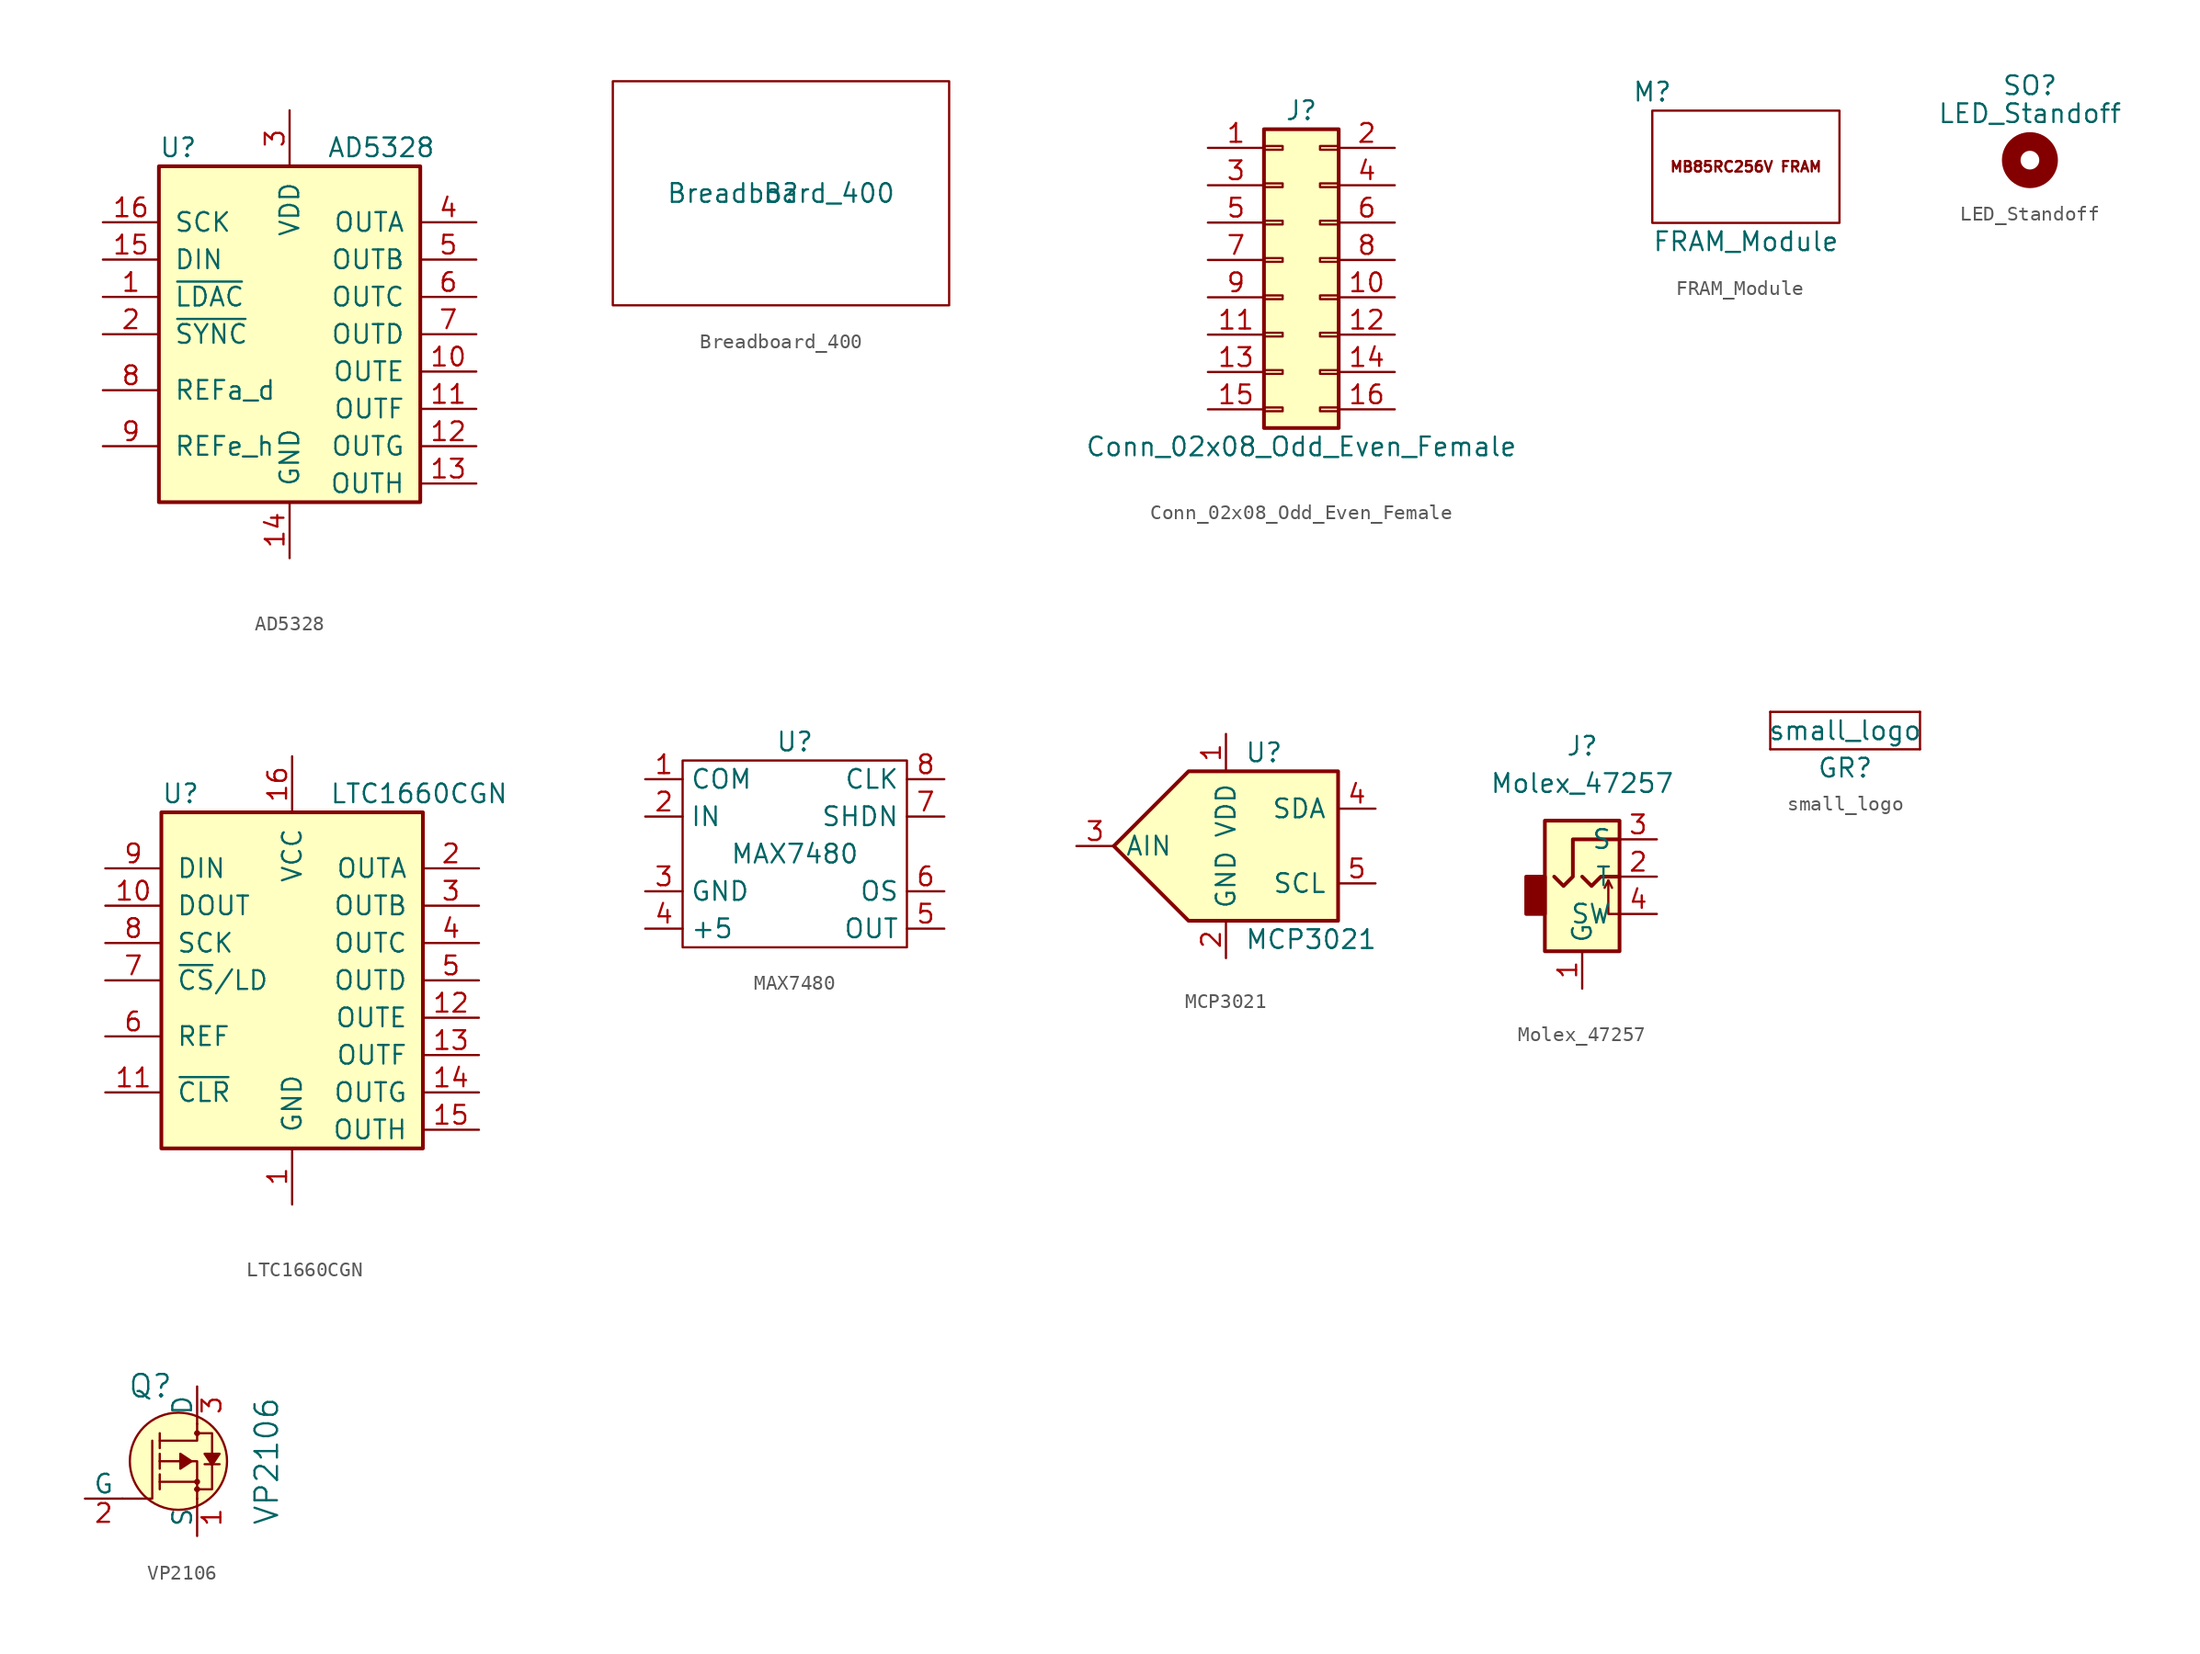
<source format=kicad_sym>
(kicad_symbol_lib
  (version 20211014)
  (generator kicad_symbol_editor)
  (symbol "AD5328"
    (pin_names
      (offset 1.016))
    (property "Reference" "U"
      (at -8.89 12.7 0)
      (effects (font (size 1.27 1.27)) (justify left)))
    (property "Value" "AD5328"
      (at 2.54 12.7 0)
      (effects (font (size 1.27 1.27)) (justify left)))
    (symbol "AD5328_0_1"
      (rectangle (start -8.89 11.43) (end 8.89 -11.43) (stroke (width 0.254) (type default) (color 0 0 0 0)) (fill (type background))))
    (symbol "AD5328_1_1"
      (pin input line (at -12.7 2.54 0) (length 3.81) (name "~{LDAC}" (effects (font (size 1.27 1.27)))) (number "1" (effects (font (size 1.27 1.27)))))
      (pin output line (at 12.7 -2.54 180) (length 3.81) (name "OUTE" (effects (font (size 1.27 1.27)))) (number "10" (effects (font (size 1.27 1.27)))))
      (pin output line (at 12.7 -5.08 180) (length 3.81) (name "OUTF" (effects (font (size 1.27 1.27)))) (number "11" (effects (font (size 1.27 1.27)))))
      (pin output line (at 12.7 -7.62 180) (length 3.81) (name "OUTG" (effects (font (size 1.27 1.27)))) (number "12" (effects (font (size 1.27 1.27)))))
      (pin output line (at 12.7 -10.16 180) (length 3.81) (name "OUTH" (effects (font (size 1.27 1.27)))) (number "13" (effects (font (size 1.27 1.27)))))
      (pin power_in line (at 0 -15.24 90) (length 3.81) (name "GND" (effects (font (size 1.27 1.27)))) (number "14" (effects (font (size 1.27 1.27)))))
      (pin input line (at -12.7 5.08 0) (length 3.81) (name "DIN" (effects (font (size 1.27 1.27)))) (number "15" (effects (font (size 1.27 1.27)))))
      (pin input line (at -12.7 7.62 0) (length 3.81) (name "SCK" (effects (font (size 1.27 1.27)))) (number "16" (effects (font (size 1.27 1.27)))))
      (pin input line (at -12.7 0 0) (length 3.81) (name "~{SYNC}" (effects (font (size 1.27 1.27)))) (number "2" (effects (font (size 1.27 1.27)))))
      (pin power_in line (at 0 15.24 270) (length 3.81) (name "VDD" (effects (font (size 1.27 1.27)))) (number "3" (effects (font (size 1.27 1.27)))))
      (pin output line (at 12.7 7.62 180) (length 3.81) (name "OUTA" (effects (font (size 1.27 1.27)))) (number "4" (effects (font (size 1.27 1.27)))))
      (pin output line (at 12.7 5.08 180) (length 3.81) (name "OUTB" (effects (font (size 1.27 1.27)))) (number "5" (effects (font (size 1.27 1.27)))))
      (pin output line (at 12.7 2.54 180) (length 3.81) (name "OUTC" (effects (font (size 1.27 1.27)))) (number "6" (effects (font (size 1.27 1.27)))))
      (pin output line (at 12.7 0 180) (length 3.81) (name "OUTD" (effects (font (size 1.27 1.27)))) (number "7" (effects (font (size 1.27 1.27)))))
      (pin input line (at -12.7 -3.81 0) (length 3.81) (name "REFa_d" (effects (font (size 1.27 1.27)))) (number "8" (effects (font (size 1.27 1.27)))))
      (pin input line (at -12.7 -7.62 0) (length 3.81) (name "REFe_h" (effects (font (size 1.27 1.27)))) (number "9" (effects (font (size 1.27 1.27)))))))
  (symbol "Breadboard_400"
    (pin_names
      (offset 1.016))
    (property "Reference" "B"
      (at 0 0 0)
      (effects (font (size 1.27 1.27))))
    (property "Value" "Breadboard_400"
      (at 0 0 0)
      (effects (font (size 1.27 1.27))))
    (symbol "Breadboard_400_0_1"
      (rectangle (start -11.43 7.62) (end 11.43 -7.62) (stroke (width 0) (type default) (color 0 0 0 0)) (fill (type none)))))
  (symbol "Conn_02x08_Odd_Even_Female"
    (pin_names
      (offset 1.016) hide)
    (property "Reference" "J"
      (at 1.27 10.16 0)
      (effects (font (size 1.27 1.27))))
    (property "Value" "Conn_02x08_Odd_Even_Female"
      (at 1.27 -12.7 0)
      (effects (font (size 1.27 1.27))))
    (symbol "Conn_02x08_Odd_Even_Female_1_1"
      (rectangle (start -1.27 -10.033) (end 0 -10.287) (stroke (width 0.152) (type default) (color 0 0 0 0)) (fill (type none)))
      (rectangle (start -1.27 -7.493) (end 0 -7.747) (stroke (width 0.152) (type default) (color 0 0 0 0)) (fill (type none)))
      (rectangle (start -1.27 -4.953) (end 0 -5.207) (stroke (width 0.152) (type default) (color 0 0 0 0)) (fill (type none)))
      (rectangle (start -1.27 -2.413) (end 0 -2.667) (stroke (width 0.152) (type default) (color 0 0 0 0)) (fill (type none)))
      (rectangle (start -1.27 0.127) (end 0 -0.127) (stroke (width 0.152) (type default) (color 0 0 0 0)) (fill (type none)))
      (rectangle (start -1.27 2.667) (end 0 2.413) (stroke (width 0.152) (type default) (color 0 0 0 0)) (fill (type none)))
      (rectangle (start -1.27 5.207) (end 0 4.953) (stroke (width 0.152) (type default) (color 0 0 0 0)) (fill (type none)))
      (rectangle (start -1.27 7.747) (end 0 7.493) (stroke (width 0.152) (type default) (color 0 0 0 0)) (fill (type none)))
      (rectangle (start -1.27 8.89) (end 3.81 -11.43) (stroke (width 0.254) (type default) (color 0 0 0 0)) (fill (type background)))
      (rectangle (start 3.81 -10.033) (end 2.54 -10.287) (stroke (width 0.152) (type default) (color 0 0 0 0)) (fill (type none)))
      (rectangle (start 3.81 -7.493) (end 2.54 -7.747) (stroke (width 0.152) (type default) (color 0 0 0 0)) (fill (type none)))
      (rectangle (start 3.81 -4.953) (end 2.54 -5.207) (stroke (width 0.152) (type default) (color 0 0 0 0)) (fill (type none)))
      (rectangle (start 3.81 -2.413) (end 2.54 -2.667) (stroke (width 0.152) (type default) (color 0 0 0 0)) (fill (type none)))
      (rectangle (start 3.81 0.127) (end 2.54 -0.127) (stroke (width 0.152) (type default) (color 0 0 0 0)) (fill (type none)))
      (rectangle (start 3.81 2.667) (end 2.54 2.413) (stroke (width 0.152) (type default) (color 0 0 0 0)) (fill (type none)))
      (rectangle (start 3.81 5.207) (end 2.54 4.953) (stroke (width 0.152) (type default) (color 0 0 0 0)) (fill (type none)))
      (rectangle (start 3.81 7.747) (end 2.54 7.493) (stroke (width 0.152) (type default) (color 0 0 0 0)) (fill (type none)))
      (pin passive line (at -5.08 7.62 0) (length 3.81) (name "Pin_1" (effects (font (size 1.27 1.27)))) (number "1" (effects (font (size 1.27 1.27)))))
      (pin passive line (at 7.62 -2.54 180) (length 3.81) (name "Pin_10" (effects (font (size 1.27 1.27)))) (number "10" (effects (font (size 1.27 1.27)))))
      (pin passive line (at -5.08 -5.08 0) (length 3.81) (name "Pin_11" (effects (font (size 1.27 1.27)))) (number "11" (effects (font (size 1.27 1.27)))))
      (pin passive line (at 7.62 -5.08 180) (length 3.81) (name "Pin_12" (effects (font (size 1.27 1.27)))) (number "12" (effects (font (size 1.27 1.27)))))
      (pin passive line (at -5.08 -7.62 0) (length 3.81) (name "Pin_13" (effects (font (size 1.27 1.27)))) (number "13" (effects (font (size 1.27 1.27)))))
      (pin passive line (at 7.62 -7.62 180) (length 3.81) (name "Pin_14" (effects (font (size 1.27 1.27)))) (number "14" (effects (font (size 1.27 1.27)))))
      (pin passive line (at -5.08 -10.16 0) (length 3.81) (name "Pin_15" (effects (font (size 1.27 1.27)))) (number "15" (effects (font (size 1.27 1.27)))))
      (pin passive line (at 7.62 -10.16 180) (length 3.81) (name "Pin_16" (effects (font (size 1.27 1.27)))) (number "16" (effects (font (size 1.27 1.27)))))
      (pin passive line (at 7.62 7.62 180) (length 3.81) (name "Pin_2" (effects (font (size 1.27 1.27)))) (number "2" (effects (font (size 1.27 1.27)))))
      (pin passive line (at -5.08 5.08 0) (length 3.81) (name "Pin_3" (effects (font (size 1.27 1.27)))) (number "3" (effects (font (size 1.27 1.27)))))
      (pin passive line (at 7.62 5.08 180) (length 3.81) (name "Pin_4" (effects (font (size 1.27 1.27)))) (number "4" (effects (font (size 1.27 1.27)))))
      (pin passive line (at -5.08 2.54 0) (length 3.81) (name "Pin_5" (effects (font (size 1.27 1.27)))) (number "5" (effects (font (size 1.27 1.27)))))
      (pin passive line (at 7.62 2.54 180) (length 3.81) (name "Pin_6" (effects (font (size 1.27 1.27)))) (number "6" (effects (font (size 1.27 1.27)))))
      (pin passive line (at -5.08 0 0) (length 3.81) (name "Pin_7" (effects (font (size 1.27 1.27)))) (number "7" (effects (font (size 1.27 1.27)))))
      (pin passive line (at 7.62 0 180) (length 3.81) (name "Pin_8" (effects (font (size 1.27 1.27)))) (number "8" (effects (font (size 1.27 1.27)))))
      (pin passive line (at -5.08 -2.54 0) (length 3.81) (name "Pin_9" (effects (font (size 1.27 1.27)))) (number "9" (effects (font (size 1.27 1.27)))))))
  (symbol "FRAM_Module"
    (pin_names
      (offset 1.016))
    (property "Reference" "M"
      (at -6.35 10.16 0)
      (effects (font (size 1.27 1.27))))
    (property "Value" "FRAM_Module"
      (at 0 0 0)
      (effects (font (size 1.27 1.27))))
    (symbol "FRAM_Module_0_0"
      (text "MB85RC256V FRAM" (at 0 5.08 0) (effects (font (size 0.711 0.711)))))
    (symbol "FRAM_Module_0_1"
      (rectangle (start -6.35 8.89) (end 6.35 1.27) (stroke (width 0) (type default) (color 0 0 0 0)) (fill (type none)))))
  (symbol "LED_Standoff"
    (pin_names
      (offset 1.016))
    (property "Reference" "SO"
      (at 0 5.08 0)
      (effects (font (size 1.27 1.27))))
    (property "Value" "LED_Standoff"
      (at 0 3.175 0)
      (effects (font (size 1.27 1.27))))
    (symbol "LED_Standoff_0_1"
      (circle (center 0 0) (radius 1.27) (stroke (width 1.27) (type default) (color 0 0 0 0)) (fill (type none)))))
  (symbol "LTC1660CGN"
    (pin_names
      (offset 1.016))
    (property "Reference" "U"
      (at -8.89 12.7 0)
      (effects (font (size 1.27 1.27)) (justify left)))
    (property "Value" "LTC1660CGN"
      (at 2.54 12.7 0)
      (effects (font (size 1.27 1.27)) (justify left)))
    (symbol "LTC1660CGN_0_1"
      (rectangle (start -8.89 11.43) (end 8.89 -11.43) (stroke (width 0.254) (type default) (color 0 0 0 0)) (fill (type background))))
    (symbol "LTC1660CGN_1_1"
      (pin power_in line (at 0 -15.24 90) (length 3.81) (name "GND" (effects (font (size 1.27 1.27)))) (number "1" (effects (font (size 1.27 1.27)))))
      (pin output line (at -12.7 5.08 0) (length 3.81) (name "DOUT" (effects (font (size 1.27 1.27)))) (number "10" (effects (font (size 1.27 1.27)))))
      (pin input line (at -12.7 -7.62 0) (length 3.81) (name "~{CLR}" (effects (font (size 1.27 1.27)))) (number "11" (effects (font (size 1.27 1.27)))))
      (pin output line (at 12.7 -2.54 180) (length 3.81) (name "OUTE" (effects (font (size 1.27 1.27)))) (number "12" (effects (font (size 1.27 1.27)))))
      (pin output line (at 12.7 -5.08 180) (length 3.81) (name "OUTF" (effects (font (size 1.27 1.27)))) (number "13" (effects (font (size 1.27 1.27)))))
      (pin output line (at 12.7 -7.62 180) (length 3.81) (name "OUTG" (effects (font (size 1.27 1.27)))) (number "14" (effects (font (size 1.27 1.27)))))
      (pin output line (at 12.7 -10.16 180) (length 3.81) (name "OUTH" (effects (font (size 1.27 1.27)))) (number "15" (effects (font (size 1.27 1.27)))))
      (pin power_in line (at 0 15.24 270) (length 3.81) (name "VCC" (effects (font (size 1.27 1.27)))) (number "16" (effects (font (size 1.27 1.27)))))
      (pin output line (at 12.7 7.62 180) (length 3.81) (name "OUTA" (effects (font (size 1.27 1.27)))) (number "2" (effects (font (size 1.27 1.27)))))
      (pin output line (at 12.7 5.08 180) (length 3.81) (name "OUTB" (effects (font (size 1.27 1.27)))) (number "3" (effects (font (size 1.27 1.27)))))
      (pin output line (at 12.7 2.54 180) (length 3.81) (name "OUTC" (effects (font (size 1.27 1.27)))) (number "4" (effects (font (size 1.27 1.27)))))
      (pin output line (at 12.7 0 180) (length 3.81) (name "OUTD" (effects (font (size 1.27 1.27)))) (number "5" (effects (font (size 1.27 1.27)))))
      (pin input line (at -12.7 -3.81 0) (length 3.81) (name "REF" (effects (font (size 1.27 1.27)))) (number "6" (effects (font (size 1.27 1.27)))))
      (pin input line (at -12.7 0 0) (length 3.81) (name "~{CS}/LD" (effects (font (size 1.27 1.27)))) (number "7" (effects (font (size 1.27 1.27)))))
      (pin input line (at -12.7 2.54 0) (length 3.81) (name "SCK" (effects (font (size 1.27 1.27)))) (number "8" (effects (font (size 1.27 1.27)))))
      (pin input line (at -12.7 7.62 0) (length 3.81) (name "DIN" (effects (font (size 1.27 1.27)))) (number "9" (effects (font (size 1.27 1.27)))))))
  (symbol "MAX7480"
    (property "Reference" "U"
      (at 0 7.62 0)
      (effects (font (size 1.27 1.27))))
    (property "Value" "MAX7480"
      (at 0 0 0)
      (effects (font (size 1.27 1.27))))
    (symbol "MAX7480_0_0"
      (pin input line (at -10.16 5.08 0) (length 2.54) (name "COM" (effects (font (size 1.27 1.27)))) (number "1" (effects (font (size 1.27 1.27)))))
      (pin input line (at -10.16 2.54 0) (length 2.54) (name "IN" (effects (font (size 1.27 1.27)))) (number "2" (effects (font (size 1.27 1.27)))))
      (pin power_in line (at -10.16 -2.54 0) (length 2.54) (name "GND" (effects (font (size 1.27 1.27)))) (number "3" (effects (font (size 1.27 1.27)))))
      (pin power_in line (at -10.16 -5.08 0) (length 2.54) (name "+5" (effects (font (size 1.27 1.27)))) (number "4" (effects (font (size 1.27 1.27)))))
      (pin output line (at 10.16 -5.08 180) (length 2.54) (name "OUT" (effects (font (size 1.27 1.27)))) (number "5" (effects (font (size 1.27 1.27)))))
      (pin input line (at 10.16 -2.54 180) (length 2.54) (name "OS" (effects (font (size 1.27 1.27)))) (number "6" (effects (font (size 1.27 1.27)))))
      (pin input line (at 10.16 2.54 180) (length 2.54) (name "SHDN" (effects (font (size 1.27 1.27)))) (number "7" (effects (font (size 1.27 1.27)))))
      (pin input line (at 10.16 5.08 180) (length 2.54) (name "CLK" (effects (font (size 1.27 1.27)))) (number "8" (effects (font (size 1.27 1.27))))))
    (symbol "MAX7480_0_1"
      (rectangle (start -7.62 6.35) (end 7.62 -6.35) (stroke (width 0) (type default) (color 0 0 0 0)) (fill (type none)))))
  (symbol "MCP3021"
    (pin_names
      (offset 0.762))
    (property "Reference" "U"
      (at 1.27 6.35 0)
      (effects (font (size 1.27 1.27)) (justify left)))
    (property "Value" "MCP3021"
      (at 1.27 -6.35 0)
      (effects (font (size 1.27 1.27)) (justify left)))
    (symbol "MCP3021_0_1"
      (polyline (pts (xy -2.54 5.08) (xy 7.62 5.08) (xy 7.62 -5.08) (xy -2.54 -5.08) (xy -7.62 0) (xy -2.54 5.08)) (stroke (width 0.254) (type default) (color 0 0 0 0)) (fill (type background))))
    (symbol "MCP3021_1_1"
      (pin power_in line (at 0 7.62 270) (length 2.54) (name "VDD" (effects (font (size 1.27 1.27)))) (number "1" (effects (font (size 1.27 1.27)))))
      (pin power_in line (at 0 -7.62 90) (length 2.54) (name "GND" (effects (font (size 1.27 1.27)))) (number "2" (effects (font (size 1.27 1.27)))))
      (pin input line (at -10.16 0 0) (length 2.54) (name "AIN" (effects (font (size 1.27 1.27)))) (number "3" (effects (font (size 1.27 1.27)))))
      (pin tri_state line (at 10.16 2.54 180) (length 2.54) (name "SDA" (effects (font (size 1.27 1.27)))) (number "4" (effects (font (size 1.27 1.27)))))
      (pin input line (at 10.16 -2.54 180) (length 2.54) (name "SCL" (effects (font (size 1.27 1.27)))) (number "5" (effects (font (size 1.27 1.27)))))))
  (symbol "Molex_47257"
    (property "Reference" "J"
      (at 0 8.89 0)
      (effects (font (size 1.27 1.27))))
    (property "Value" "Molex_47257"
      (at 0 6.35 0)
      (effects (font (size 1.27 1.27))))
    (symbol "Molex_47257_0_1"
      (rectangle (start -2.54 0) (end -3.81 -2.54) (stroke (width 0.254) (type default) (color 0 0 0 0)) (fill (type outline)))
      (polyline (pts (xy 1.778 -0.254) (xy 2.032 -0.762)) (stroke (width 0) (type default) (color 0 0 0 0)) (fill (type none)))
      (polyline (pts (xy 0 0) (xy 0.635 -0.635) (xy 1.27 0) (xy 2.54 0)) (stroke (width 0.254) (type default) (color 0 0 0 0)) (fill (type none)))
      (polyline (pts (xy 2.54 -2.54) (xy 1.778 -2.54) (xy 1.778 -0.254) (xy 1.524 -0.762)) (stroke (width 0) (type default) (color 0 0 0 0)) (fill (type none)))
      (polyline (pts (xy 2.54 2.54) (xy -0.635 2.54) (xy -0.635 0) (xy -1.27 -0.635) (xy -1.905 0)) (stroke (width 0.254) (type default) (color 0 0 0 0)) (fill (type none)))
      (rectangle (start 2.54 3.81) (end -2.54 -5.08) (stroke (width 0.254) (type default) (color 0 0 0 0)) (fill (type background))))
    (symbol "Molex_47257_1_1"
      (pin passive line (at 0 -7.62 90) (length 2.54) (name "G" (effects (font (size 1.27 1.27)))) (number "1" (effects (font (size 1.27 1.27)))))
      (pin passive line (at 5.08 0 180) (length 2.54) (name "T" (effects (font (size 1.27 1.27)))) (number "2" (effects (font (size 1.27 1.27)))))
      (pin passive line (at 5.08 2.54 180) (length 2.54) (name "S" (effects (font (size 1.27 1.27)))) (number "3" (effects (font (size 1.27 1.27)))))
      (pin passive line (at 5.08 -2.54 180) (length 2.54) (name "SW" (effects (font (size 1.27 1.27)))) (number "4" (effects (font (size 1.27 1.27)))))))
  (symbol "small_logo"
    (pin_numbers hide)
    (pin_names
      (offset 0) hide)
    (property "Reference" "GR"
      (at 0 -2.54 0)
      (effects (font (size 1.27 1.27))))
    (property "Value" "small_logo"
      (at 0 0 0)
      (effects (font (size 1.27 1.27))))
    (symbol "small_logo_0_1"
      (rectangle (start -5.08 -1.27) (end -5.08 1.27) (stroke (width 0) (type default) (color 0 0 0 0)) (fill (type none)))
      (rectangle (start -5.08 1.27) (end 5.08 1.27) (stroke (width 0) (type default) (color 0 0 0 0)) (fill (type none)))
      (rectangle (start 5.08 -1.27) (end -5.08 -1.27) (stroke (width 0) (type default) (color 0 0 0 0)) (fill (type none)))
      (rectangle (start 5.08 1.27) (end 5.08 -1.27) (stroke (width 0) (type default) (color 0 0 0 0)) (fill (type none)))))
  (symbol "VP2106"
    (pin_names
      (offset 0))
    (property "Reference" "Q"
      (at -1.626 5.105 0)
      (effects (font (size 1.524 1.524)) (justify right)))
    (property "Value" "VP2106"
      (at 4.724 0 90)
      (effects (font (size 1.524 1.524))))
    (symbol "VP2106_0_1"
      (circle (center -1.27 0) (radius 3.302) (stroke (width 0) (type default) (color 0 0 0 0)) (fill (type background)))
      (circle (center 0 -1.905) (radius 0.127) (stroke (width 0) (type default) (color 0 0 0 0)) (fill (type none)))
      (circle (center 0 -1.397) (radius 0.127) (stroke (width 0) (type default) (color 0 0 0 0)) (fill (type none)))
      (polyline (pts (xy 0 -1.397) (xy -2.54 -1.397)) (stroke (width 0) (type default) (color 0 0 0 0)) (fill (type none)))
      (polyline (pts (xy -5.08 -2.54) (xy -3.048 -2.54) (xy -3.048 1.397)) (stroke (width 0) (type default) (color 0 0 0 0)) (fill (type none)))
      (polyline (pts (xy 0 -2.54) (xy 0 0) (xy -2.54 0)) (stroke (width 0) (type default) (color 0 0 0 0)) (fill (type none)))
      (polyline (pts (xy 0 2.54) (xy 0 1.397) (xy -2.54 1.397)) (stroke (width 0) (type default) (color 0 0 0 0)) (fill (type none)))
      (polyline (pts (xy -0.127 -1.905) (xy 1.016 -1.905) (xy 1.016 1.397) (xy 1.016 1.905) (xy -0.127 1.905)) (stroke (width 0) (type default) (color 0 0 0 0)) (fill (type none)))
      (circle (center 0 1.905) (radius 0.127) (stroke (width 0) (type default) (color 0 0 0 0)) (fill (type none))))
    (symbol "VP2106_1_1"
      (polyline (pts (xy -2.54 -1.397) (xy -2.54 -1.905)) (stroke (width 0) (type default) (color 0 0 0 0)) (fill (type none)))
      (polyline (pts (xy -2.54 -1.397) (xy -2.54 -0.889)) (stroke (width 0) (type default) (color 0 0 0 0)) (fill (type none)))
      (polyline (pts (xy -2.54 0) (xy -2.54 -0.508)) (stroke (width 0) (type default) (color 0 0 0 0)) (fill (type none)))
      (polyline (pts (xy -2.54 0) (xy -2.54 0.508)) (stroke (width 0) (type default) (color 0 0 0 0)) (fill (type none)))
      (polyline (pts (xy -2.54 1.905) (xy -2.54 0.889)) (stroke (width 0) (type default) (color 0 0 0 0)) (fill (type none)))
      (polyline (pts (xy 1.524 -0.203) (xy 0.508 -0.203)) (stroke (width 0) (type default) (color 0 0 0 0)) (fill (type none)))
      (polyline (pts (xy -0.381 0) (xy -1.143 0.508) (xy -1.143 -0.508) (xy -0.381 0)) (stroke (width 0) (type default) (color 0 0 0 0)) (fill (type outline)))
      (polyline (pts (xy 1.016 -0.254) (xy 1.524 0.508) (xy 0.508 0.508) (xy 1.016 -0.254)) (stroke (width 0) (type default) (color 0 0 0 0)) (fill (type outline)))
      (pin bidirectional line (at 0 -5.08 90) (length 2.54) (name "S" (effects (font (size 1.27 1.27)))) (number "1" (effects (font (size 1.27 1.27)))))
      (pin bidirectional line (at -7.62 -2.54 0) (length 2.54) (name "G" (effects (font (size 1.27 1.27)))) (number "2" (effects (font (size 1.27 1.27)))))
      (pin bidirectional line (at 0 5.08 270) (length 2.54) (name "D" (effects (font (size 1.27 1.27)))) (number "3" (effects (font (size 1.27 1.27))))))))
</source>
